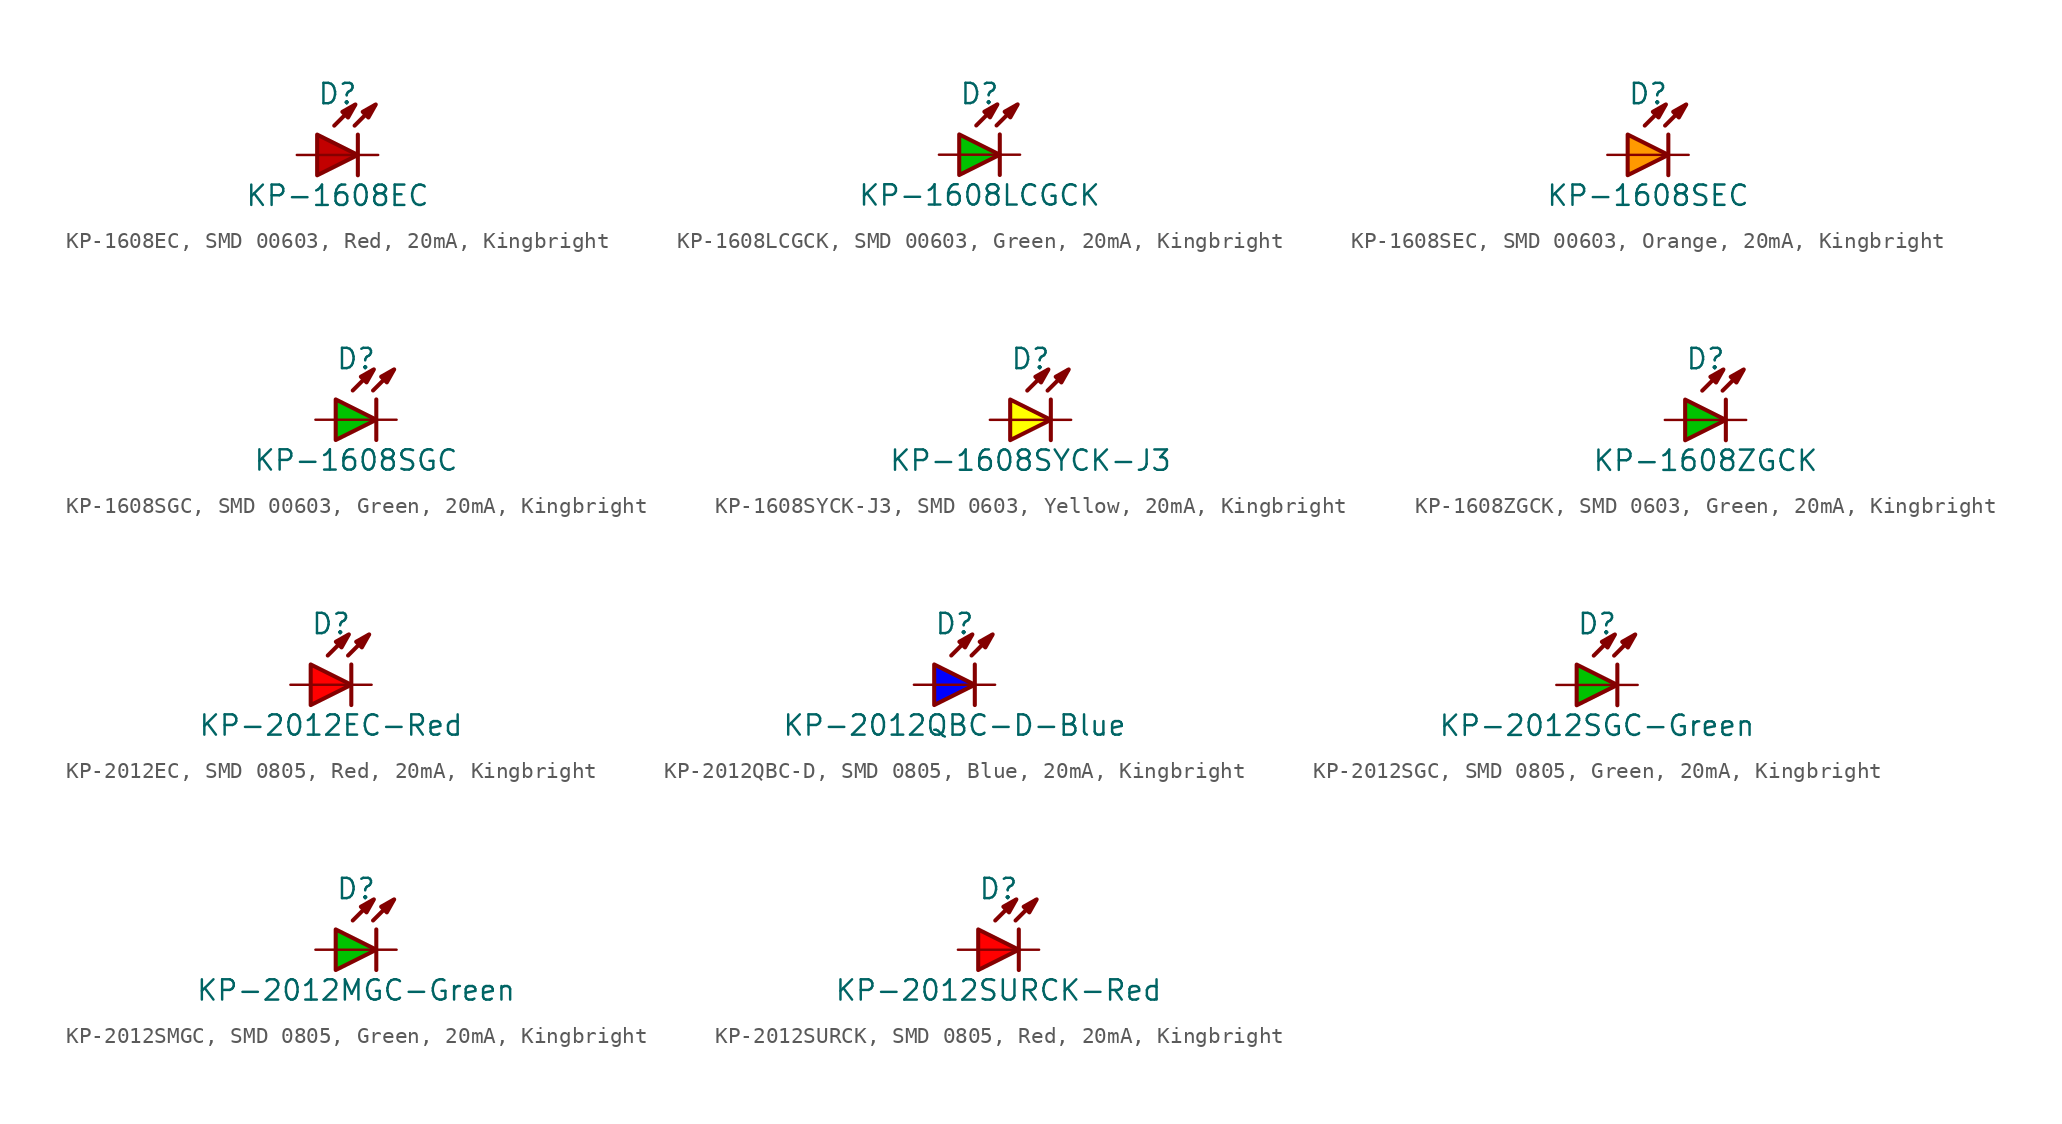
<source format=kicad_sym>
(kicad_symbol_lib
  (version 20241209)
  (generator "kicad_symbol_editor")
  (generator_version "9.0")
  (symbol "KP-1608EC, SMD 00603, Red, 20mA, Kingbright"
    (pin_numbers
      (hide yes))
    (pin_names
      (offset 1.016)
      (hide yes))
    (property "Reference" "D"
      (at 0 3.81 0)
      (effects (font (size 1.27 1.27))))
    (property "Value" "KP-1608EC"
      (at 0 -2.54 0)
      (effects (font (size 1.27 1.27))))
    (property "Label" ""
      (at 0 0 0)
      (effects (font (size 1.27 1.27) (thickness 0.254) (bold yes))))
    (symbol "KP-1608EC, SMD 00603, Red, 20mA, Kingbright_0_0"
      (polyline (pts (xy -0.203 1.829) (xy 1.067 3.099)) (stroke (width 0.254) (type default)) (fill (type none)))
      (polyline (pts (xy 1.067 1.829) (xy 2.337 3.099)) (stroke (width 0.254) (type default)) (fill (type none)))
      (polyline (pts (xy 1.118 3.15) (xy 0.66 2.337) (xy 0.305 2.692) (xy 1.118 3.15)) (stroke (width 0.254) (type default)) (fill (type outline)))
      (polyline (pts (xy 1.27 0) (xy -1.27 0)) (stroke (width 0.152) (type default)) (fill (type none)))
      (polyline (pts (xy 2.388 3.15) (xy 1.93 2.337) (xy 1.575 2.692) (xy 2.388 3.15)) (stroke (width 0.254) (type default)) (fill (type outline))))
    (symbol "KP-1608EC, SMD 00603, Red, 20mA, Kingbright_0_1"
      (polyline (pts (xy 1.27 1.27) (xy 1.27 -1.27)) (stroke (width 0.254) (type default)) (fill (type none))))
    (symbol "KP-1608EC, SMD 00603, Red, 20mA, Kingbright_1_1"
      (polyline (pts (xy -1.27 1.27) (xy -1.27 -1.27) (xy 1.27 0) (xy -1.27 1.27)) (stroke (width 0.254) (type default)) (fill (type color) (color 194 0 0 1)))
      (pin passive line (at -2.54 0 0) (length 1.27) (name "A" (effects (font (size 1.27 1.27)))) (number "A" (effects (font (size 1.27 1.27)))))
      (pin passive line (at 2.54 0 180) (length 1.27) (name "C" (effects (font (size 1.27 1.27)))) (number "C" (effects (font (size 1.27 1.27)))))))
  (symbol "KP-1608LCGCK, SMD 00603, Green, 20mA, Kingbright"
    (pin_numbers
      (hide yes))
    (pin_names
      (offset 1.016)
      (hide yes))
    (property "Reference" "D"
      (at 0 3.81 0)
      (effects (font (size 1.27 1.27))))
    (property "Value" "KP-1608LCGCK"
      (at 0 -2.54 0)
      (effects (font (size 1.27 1.27))))
    (property "Label" ""
      (at 0 0 0)
      (effects (font (size 1.27 1.27) (thickness 0.254) (bold yes))))
    (symbol "KP-1608LCGCK, SMD 00603, Green, 20mA, Kingbright_0_0"
      (polyline (pts (xy -0.203 1.829) (xy 1.067 3.099)) (stroke (width 0.254) (type default)) (fill (type none)))
      (polyline (pts (xy 1.067 1.829) (xy 2.337 3.099)) (stroke (width 0.254) (type default)) (fill (type none)))
      (polyline (pts (xy 1.118 3.15) (xy 0.66 2.337) (xy 0.305 2.692) (xy 1.118 3.15)) (stroke (width 0.254) (type default)) (fill (type outline)))
      (polyline (pts (xy 1.27 0) (xy -1.27 0)) (stroke (width 0.152) (type default)) (fill (type none)))
      (polyline (pts (xy 2.388 3.15) (xy 1.93 2.337) (xy 1.575 2.692) (xy 2.388 3.15)) (stroke (width 0.254) (type default)) (fill (type outline))))
    (symbol "KP-1608LCGCK, SMD 00603, Green, 20mA, Kingbright_0_1"
      (polyline (pts (xy 1.27 1.27) (xy 1.27 -1.27)) (stroke (width 0.254) (type default)) (fill (type none))))
    (symbol "KP-1608LCGCK, SMD 00603, Green, 20mA, Kingbright_1_1"
      (polyline (pts (xy -1.27 1.27) (xy -1.27 -1.27) (xy 1.27 0) (xy -1.27 1.27)) (stroke (width 0.254) (type default)) (fill (type color) (color 0 194 0 1)))
      (pin passive line (at -2.54 0 0) (length 1.27) (name "A" (effects (font (size 1.27 1.27)))) (number "A" (effects (font (size 1.27 1.27)))))
      (pin passive line (at 2.54 0 180) (length 1.27) (name "C" (effects (font (size 1.27 1.27)))) (number "C" (effects (font (size 1.27 1.27)))))))
  (symbol "KP-1608SEC, SMD 00603, Orange, 20mA, Kingbright"
    (pin_numbers
      (hide yes))
    (pin_names
      (offset 1.016)
      (hide yes))
    (property "Reference" "D"
      (at 0 3.81 0)
      (effects (font (size 1.27 1.27))))
    (property "Value" "KP-1608SEC"
      (at 0 -2.54 0)
      (effects (font (size 1.27 1.27))))
    (property "Label" ""
      (at 0 0 0)
      (effects (font (size 1.27 1.27) (thickness 0.254) (bold yes))))
    (symbol "KP-1608SEC, SMD 00603, Orange, 20mA, Kingbright_0_0"
      (polyline (pts (xy -0.203 1.829) (xy 1.067 3.099)) (stroke (width 0.254) (type default)) (fill (type none)))
      (polyline (pts (xy 1.067 1.829) (xy 2.337 3.099)) (stroke (width 0.254) (type default)) (fill (type none)))
      (polyline (pts (xy 1.118 3.15) (xy 0.66 2.337) (xy 0.305 2.692) (xy 1.118 3.15)) (stroke (width 0.254) (type default)) (fill (type outline)))
      (polyline (pts (xy 1.27 0) (xy -1.27 0)) (stroke (width 0.152) (type default)) (fill (type none)))
      (polyline (pts (xy 2.388 3.15) (xy 1.93 2.337) (xy 1.575 2.692) (xy 2.388 3.15)) (stroke (width 0.254) (type default)) (fill (type outline))))
    (symbol "KP-1608SEC, SMD 00603, Orange, 20mA, Kingbright_0_1"
      (polyline (pts (xy 1.27 1.27) (xy 1.27 -1.27)) (stroke (width 0.254) (type default)) (fill (type none))))
    (symbol "KP-1608SEC, SMD 00603, Orange, 20mA, Kingbright_1_1"
      (polyline (pts (xy -1.27 1.27) (xy -1.27 -1.27) (xy 1.27 0) (xy -1.27 1.27)) (stroke (width 0.254) (type default)) (fill (type color) (color 255 153 0 1)))
      (pin passive line (at -2.54 0 0) (length 1.27) (name "A" (effects (font (size 1.27 1.27)))) (number "A" (effects (font (size 1.27 1.27)))))
      (pin passive line (at 2.54 0 180) (length 1.27) (name "C" (effects (font (size 1.27 1.27)))) (number "C" (effects (font (size 1.27 1.27)))))))
  (symbol "KP-1608SGC, SMD 00603, Green, 20mA, Kingbright"
    (pin_numbers
      (hide yes))
    (pin_names
      (offset 1.016)
      (hide yes))
    (property "Reference" "D"
      (at 0 3.81 0)
      (effects (font (size 1.27 1.27))))
    (property "Value" "KP-1608SGC"
      (at 0 -2.54 0)
      (effects (font (size 1.27 1.27))))
    (property "Label" ""
      (at 0 0 0)
      (effects (font (size 1.27 1.27) (thickness 0.254) (bold yes))))
    (symbol "KP-1608SGC, SMD 00603, Green, 20mA, Kingbright_0_0"
      (polyline (pts (xy -0.203 1.829) (xy 1.067 3.099)) (stroke (width 0.254) (type default)) (fill (type none)))
      (polyline (pts (xy 1.067 1.829) (xy 2.337 3.099)) (stroke (width 0.254) (type default)) (fill (type none)))
      (polyline (pts (xy 1.118 3.15) (xy 0.66 2.337) (xy 0.305 2.692) (xy 1.118 3.15)) (stroke (width 0.254) (type default)) (fill (type outline)))
      (polyline (pts (xy 1.27 0) (xy -1.27 0)) (stroke (width 0.152) (type default)) (fill (type none)))
      (polyline (pts (xy 2.388 3.15) (xy 1.93 2.337) (xy 1.575 2.692) (xy 2.388 3.15)) (stroke (width 0.254) (type default)) (fill (type outline))))
    (symbol "KP-1608SGC, SMD 00603, Green, 20mA, Kingbright_0_1"
      (polyline (pts (xy 1.27 1.27) (xy 1.27 -1.27)) (stroke (width 0.254) (type default)) (fill (type none))))
    (symbol "KP-1608SGC, SMD 00603, Green, 20mA, Kingbright_1_1"
      (polyline (pts (xy -1.27 1.27) (xy -1.27 -1.27) (xy 1.27 0) (xy -1.27 1.27)) (stroke (width 0.254) (type default)) (fill (type color) (color 0 194 0 1)))
      (pin passive line (at -2.54 0 0) (length 1.27) (name "A" (effects (font (size 1.27 1.27)))) (number "A" (effects (font (size 1.27 1.27)))))
      (pin passive line (at 2.54 0 180) (length 1.27) (name "C" (effects (font (size 1.27 1.27)))) (number "C" (effects (font (size 1.27 1.27)))))))
  (symbol "KP-1608SYCK-J3, SMD 0603, Yellow, 20mA, Kingbright"
    (pin_numbers
      (hide yes))
    (pin_names
      (offset 1.016)
      (hide yes))
    (property "Reference" "D"
      (at 0 3.81 0)
      (effects (font (size 1.27 1.27))))
    (property "Value" "KP-1608SYCK-J3"
      (at 0 -2.54 0)
      (effects (font (size 1.27 1.27))))
    (property "Label" ""
      (at 0 0 0)
      (effects (font (size 1.27 1.27) (thickness 0.254) (bold yes))))
    (symbol "KP-1608SYCK-J3, SMD 0603, Yellow, 20mA, Kingbright_0_0"
      (polyline (pts (xy -0.203 1.829) (xy 1.067 3.099)) (stroke (width 0.254) (type default)) (fill (type none)))
      (polyline (pts (xy 1.067 1.829) (xy 2.337 3.099)) (stroke (width 0.254) (type default)) (fill (type none)))
      (polyline (pts (xy 1.118 3.15) (xy 0.66 2.337) (xy 0.305 2.692) (xy 1.118 3.15)) (stroke (width 0.254) (type default)) (fill (type outline)))
      (polyline (pts (xy 1.27 0) (xy -1.27 0)) (stroke (width 0.152) (type default)) (fill (type none)))
      (polyline (pts (xy 2.388 3.15) (xy 1.93 2.337) (xy 1.575 2.692) (xy 2.388 3.15)) (stroke (width 0.254) (type default)) (fill (type outline))))
    (symbol "KP-1608SYCK-J3, SMD 0603, Yellow, 20mA, Kingbright_0_1"
      (polyline (pts (xy 1.27 1.27) (xy 1.27 -1.27)) (stroke (width 0.254) (type default)) (fill (type none))))
    (symbol "KP-1608SYCK-J3, SMD 0603, Yellow, 20mA, Kingbright_1_1"
      (polyline (pts (xy -1.27 1.27) (xy -1.27 -1.27) (xy 1.27 0) (xy -1.27 1.27)) (stroke (width 0.254) (type default)) (fill (type color) (color 255 255 0 1)))
      (pin passive line (at -2.54 0 0) (length 1.27) (name "A" (effects (font (size 1.27 1.27)))) (number "A" (effects (font (size 1.27 1.27)))))
      (pin passive line (at 2.54 0 180) (length 1.27) (name "C" (effects (font (size 1.27 1.27)))) (number "C" (effects (font (size 1.27 1.27)))))))
  (symbol "KP-1608ZGCK, SMD 0603, Green, 20mA, Kingbright"
    (pin_numbers
      (hide yes))
    (pin_names
      (offset 1.016)
      (hide yes))
    (property "Reference" "D"
      (at 0 3.81 0)
      (effects (font (size 1.27 1.27))))
    (property "Value" "KP-1608ZGCK"
      (at 0 -2.54 0)
      (effects (font (size 1.27 1.27))))
    (property "Label" ""
      (at 0 0 0)
      (effects (font (size 1.27 1.27) (thickness 0.254) (bold yes))))
    (symbol "KP-1608ZGCK, SMD 0603, Green, 20mA, Kingbright_0_0"
      (polyline (pts (xy -0.203 1.829) (xy 1.067 3.099)) (stroke (width 0.254) (type default)) (fill (type none)))
      (polyline (pts (xy 1.067 1.829) (xy 2.337 3.099)) (stroke (width 0.254) (type default)) (fill (type none)))
      (polyline (pts (xy 1.118 3.15) (xy 0.66 2.337) (xy 0.305 2.692) (xy 1.118 3.15)) (stroke (width 0.254) (type default)) (fill (type outline)))
      (polyline (pts (xy 1.27 0) (xy -1.27 0)) (stroke (width 0.152) (type default)) (fill (type none)))
      (polyline (pts (xy 2.388 3.15) (xy 1.93 2.337) (xy 1.575 2.692) (xy 2.388 3.15)) (stroke (width 0.254) (type default)) (fill (type outline))))
    (symbol "KP-1608ZGCK, SMD 0603, Green, 20mA, Kingbright_0_1"
      (polyline (pts (xy 1.27 1.27) (xy 1.27 -1.27)) (stroke (width 0.254) (type default)) (fill (type none))))
    (symbol "KP-1608ZGCK, SMD 0603, Green, 20mA, Kingbright_1_1"
      (polyline (pts (xy -1.27 1.27) (xy -1.27 -1.27) (xy 1.27 0) (xy -1.27 1.27)) (stroke (width 0.254) (type default)) (fill (type color) (color 0 194 0 1)))
      (pin passive line (at -2.54 0 0) (length 1.27) (name "A" (effects (font (size 1.27 1.27)))) (number "A" (effects (font (size 1.27 1.27)))))
      (pin passive line (at 2.54 0 180) (length 1.27) (name "C" (effects (font (size 1.27 1.27)))) (number "C" (effects (font (size 1.27 1.27)))))))
  (symbol "KP-2012EC, SMD 0805, Red, 20mA, Kingbright"
    (pin_numbers
      (hide yes))
    (pin_names
      (offset 1.016)
      (hide yes))
    (property "Reference" "D"
      (at 0 3.81 0)
      (effects (font (size 1.27 1.27))))
    (property "Value" "KP-2012EC-Red"
      (at 0 -2.54 0)
      (effects (font (size 1.27 1.27))))
    (property "Label" ""
      (at 0 0 0)
      (effects (font (size 1.27 1.27) (thickness 0.254) (bold yes))))
    (symbol "KP-2012EC, SMD 0805, Red, 20mA, Kingbright_0_0"
      (polyline (pts (xy -0.203 1.829) (xy 1.067 3.099)) (stroke (width 0.254) (type default)) (fill (type none)))
      (polyline (pts (xy 1.067 1.829) (xy 2.337 3.099)) (stroke (width 0.254) (type default)) (fill (type none)))
      (polyline (pts (xy 1.118 3.15) (xy 0.66 2.337) (xy 0.305 2.692) (xy 1.118 3.15)) (stroke (width 0.254) (type default)) (fill (type outline)))
      (polyline (pts (xy 1.27 0) (xy -1.27 0)) (stroke (width 0.152) (type default)) (fill (type none)))
      (polyline (pts (xy 2.388 3.15) (xy 1.93 2.337) (xy 1.575 2.692) (xy 2.388 3.15)) (stroke (width 0.254) (type default)) (fill (type outline))))
    (symbol "KP-2012EC, SMD 0805, Red, 20mA, Kingbright_0_1"
      (polyline (pts (xy -1.27 1.27) (xy -1.27 -1.27) (xy 1.27 0) (xy -1.27 1.27)) (stroke (width 0.254) (type default)) (fill (type color) (color 255 0 0 1)))
      (polyline (pts (xy 1.27 1.27) (xy 1.27 -1.27)) (stroke (width 0.254) (type default)) (fill (type none))))
    (symbol "KP-2012EC, SMD 0805, Red, 20mA, Kingbright_1_1"
      (pin passive line (at -2.54 0 0) (length 1.27) (name "A" (effects (font (size 1.27 1.27)))) (number "A" (effects (font (size 1.27 1.27)))))
      (pin passive line (at 2.54 0 180) (length 1.27) (name "C" (effects (font (size 1.27 1.27)))) (number "C" (effects (font (size 1.27 1.27)))))))
  (symbol "KP-2012QBC-D, SMD 0805, Blue, 20mA, Kingbright"
    (pin_numbers
      (hide yes))
    (pin_names
      (offset 1.016)
      (hide yes))
    (property "Reference" "D"
      (at 0 3.81 0)
      (effects (font (size 1.27 1.27))))
    (property "Value" "KP-2012QBC-D-Blue"
      (at 0 -2.54 0)
      (effects (font (size 1.27 1.27))))
    (property "Label" ""
      (at 0 0 0)
      (effects (font (size 1.27 1.27) (thickness 0.254) (bold yes))))
    (symbol "KP-2012QBC-D, SMD 0805, Blue, 20mA, Kingbright_0_0"
      (polyline (pts (xy -0.203 1.829) (xy 1.067 3.099)) (stroke (width 0.254) (type default)) (fill (type none)))
      (polyline (pts (xy 1.067 1.829) (xy 2.337 3.099)) (stroke (width 0.254) (type default)) (fill (type none)))
      (polyline (pts (xy 1.118 3.15) (xy 0.66 2.337) (xy 0.305 2.692) (xy 1.118 3.15)) (stroke (width 0.254) (type default)) (fill (type outline)))
      (polyline (pts (xy 1.27 0) (xy -1.27 0)) (stroke (width 0.152) (type default)) (fill (type none)))
      (polyline (pts (xy 2.388 3.15) (xy 1.93 2.337) (xy 1.575 2.692) (xy 2.388 3.15)) (stroke (width 0.254) (type default)) (fill (type outline))))
    (symbol "KP-2012QBC-D, SMD 0805, Blue, 20mA, Kingbright_0_1"
      (polyline (pts (xy 1.27 1.27) (xy 1.27 -1.27)) (stroke (width 0.254) (type default)) (fill (type none))))
    (symbol "KP-2012QBC-D, SMD 0805, Blue, 20mA, Kingbright_1_1"
      (polyline (pts (xy -1.27 1.27) (xy -1.27 -1.27) (xy 1.27 0) (xy -1.27 1.27)) (stroke (width 0.254) (type default)) (fill (type color) (color 0 0 255 1)))
      (pin passive line (at -2.54 0 0) (length 1.27) (name "A" (effects (font (size 1.27 1.27)))) (number "A" (effects (font (size 1.27 1.27)))))
      (pin passive line (at 2.54 0 180) (length 1.27) (name "C" (effects (font (size 1.27 1.27)))) (number "C" (effects (font (size 1.27 1.27)))))))
  (symbol "KP-2012SGC, SMD 0805, Green, 20mA, Kingbright"
    (pin_numbers
      (hide yes))
    (pin_names
      (offset 1.016)
      (hide yes))
    (property "Reference" "D"
      (at 0 3.81 0)
      (effects (font (size 1.27 1.27))))
    (property "Value" "KP-2012SGC-Green"
      (at 0 -2.54 0)
      (effects (font (size 1.27 1.27))))
    (property "Label" ""
      (at 0 0 0)
      (effects (font (size 1.27 1.27) (thickness 0.254) (bold yes))))
    (symbol "KP-2012SGC, SMD 0805, Green, 20mA, Kingbright_0_0"
      (polyline (pts (xy -0.203 1.829) (xy 1.067 3.099)) (stroke (width 0.254) (type default)) (fill (type none)))
      (polyline (pts (xy 1.067 1.829) (xy 2.337 3.099)) (stroke (width 0.254) (type default)) (fill (type none)))
      (polyline (pts (xy 1.118 3.15) (xy 0.66 2.337) (xy 0.305 2.692) (xy 1.118 3.15)) (stroke (width 0.254) (type default)) (fill (type outline)))
      (polyline (pts (xy 1.27 0) (xy -1.27 0)) (stroke (width 0.152) (type default)) (fill (type none)))
      (polyline (pts (xy 2.388 3.15) (xy 1.93 2.337) (xy 1.575 2.692) (xy 2.388 3.15)) (stroke (width 0.254) (type default)) (fill (type outline))))
    (symbol "KP-2012SGC, SMD 0805, Green, 20mA, Kingbright_0_1"
      (polyline (pts (xy 1.27 1.27) (xy 1.27 -1.27)) (stroke (width 0.254) (type default)) (fill (type none))))
    (symbol "KP-2012SGC, SMD 0805, Green, 20mA, Kingbright_1_1"
      (polyline (pts (xy -1.27 1.27) (xy -1.27 -1.27) (xy 1.27 0) (xy -1.27 1.27)) (stroke (width 0.254) (type default)) (fill (type color) (color 0 194 0 1)))
      (pin passive line (at -2.54 0 0) (length 1.27) (name "A" (effects (font (size 1.27 1.27)))) (number "A" (effects (font (size 1.27 1.27)))))
      (pin passive line (at 2.54 0 180) (length 1.27) (name "C" (effects (font (size 1.27 1.27)))) (number "C" (effects (font (size 1.27 1.27)))))))
  (symbol "KP-2012SMGC, SMD 0805, Green, 20mA, Kingbright"
    (pin_numbers
      (hide yes))
    (pin_names
      (offset 1.016)
      (hide yes))
    (property "Reference" "D"
      (at 0 3.81 0)
      (effects (font (size 1.27 1.27))))
    (property "Value" "KP-2012MGC-Green"
      (at 0 -2.54 0)
      (effects (font (size 1.27 1.27))))
    (property "Label" ""
      (at 0 0 0)
      (effects (font (size 1.27 1.27) (thickness 0.254) (bold yes))))
    (symbol "KP-2012SMGC, SMD 0805, Green, 20mA, Kingbright_0_0"
      (polyline (pts (xy -0.203 1.829) (xy 1.067 3.099)) (stroke (width 0.254) (type default)) (fill (type none)))
      (polyline (pts (xy 1.067 1.829) (xy 2.337 3.099)) (stroke (width 0.254) (type default)) (fill (type none)))
      (polyline (pts (xy 1.118 3.15) (xy 0.66 2.337) (xy 0.305 2.692) (xy 1.118 3.15)) (stroke (width 0.254) (type default)) (fill (type outline)))
      (polyline (pts (xy 1.27 0) (xy -1.27 0)) (stroke (width 0.152) (type default)) (fill (type none)))
      (polyline (pts (xy 2.388 3.15) (xy 1.93 2.337) (xy 1.575 2.692) (xy 2.388 3.15)) (stroke (width 0.254) (type default)) (fill (type outline))))
    (symbol "KP-2012SMGC, SMD 0805, Green, 20mA, Kingbright_0_1"
      (polyline (pts (xy 1.27 1.27) (xy 1.27 -1.27)) (stroke (width 0.254) (type default)) (fill (type none))))
    (symbol "KP-2012SMGC, SMD 0805, Green, 20mA, Kingbright_1_1"
      (polyline (pts (xy -1.27 1.27) (xy -1.27 -1.27) (xy 1.27 0) (xy -1.27 1.27)) (stroke (width 0.254) (type default)) (fill (type color) (color 0 194 0 1)))
      (pin passive line (at -2.54 0 0) (length 1.27) (name "A" (effects (font (size 1.27 1.27)))) (number "A" (effects (font (size 1.27 1.27)))))
      (pin passive line (at 2.54 0 180) (length 1.27) (name "C" (effects (font (size 1.27 1.27)))) (number "C" (effects (font (size 1.27 1.27)))))))
  (symbol "KP-2012SURCK, SMD 0805, Red, 20mA, Kingbright"
    (pin_numbers
      (hide yes))
    (pin_names
      (offset 1.016)
      (hide yes))
    (property "Reference" "D"
      (at 0 3.81 0)
      (effects (font (size 1.27 1.27))))
    (property "Value" "KP-2012SURCK-Red"
      (at 0 -2.54 0)
      (effects (font (size 1.27 1.27))))
    (property "Label" ""
      (at 0 0 0)
      (effects (font (size 1.27 1.27) (thickness 0.254) (bold yes))))
    (symbol "KP-2012SURCK, SMD 0805, Red, 20mA, Kingbright_0_0"
      (polyline (pts (xy -0.203 1.829) (xy 1.067 3.099)) (stroke (width 0.254) (type default)) (fill (type none)))
      (polyline (pts (xy 1.067 1.829) (xy 2.337 3.099)) (stroke (width 0.254) (type default)) (fill (type none)))
      (polyline (pts (xy 1.118 3.15) (xy 0.66 2.337) (xy 0.305 2.692) (xy 1.118 3.15)) (stroke (width 0.254) (type default)) (fill (type outline)))
      (polyline (pts (xy 1.27 0) (xy -1.27 0)) (stroke (width 0.152) (type default)) (fill (type none)))
      (polyline (pts (xy 2.388 3.15) (xy 1.93 2.337) (xy 1.575 2.692) (xy 2.388 3.15)) (stroke (width 0.254) (type default)) (fill (type outline))))
    (symbol "KP-2012SURCK, SMD 0805, Red, 20mA, Kingbright_0_1"
      (polyline (pts (xy -1.27 1.27) (xy -1.27 -1.27) (xy 1.27 0) (xy -1.27 1.27)) (stroke (width 0.254) (type default)) (fill (type color) (color 255 0 0 1)))
      (polyline (pts (xy 1.27 1.27) (xy 1.27 -1.27)) (stroke (width 0.254) (type default)) (fill (type none))))
    (symbol "KP-2012SURCK, SMD 0805, Red, 20mA, Kingbright_1_1"
      (pin passive line (at -2.54 0 0) (length 1.27) (name "A" (effects (font (size 1.27 1.27)))) (number "A" (effects (font (size 1.27 1.27)))))
      (pin passive line (at 2.54 0 180) (length 1.27) (name "C" (effects (font (size 1.27 1.27)))) (number "C" (effects (font (size 1.27 1.27))))))))
</source>
